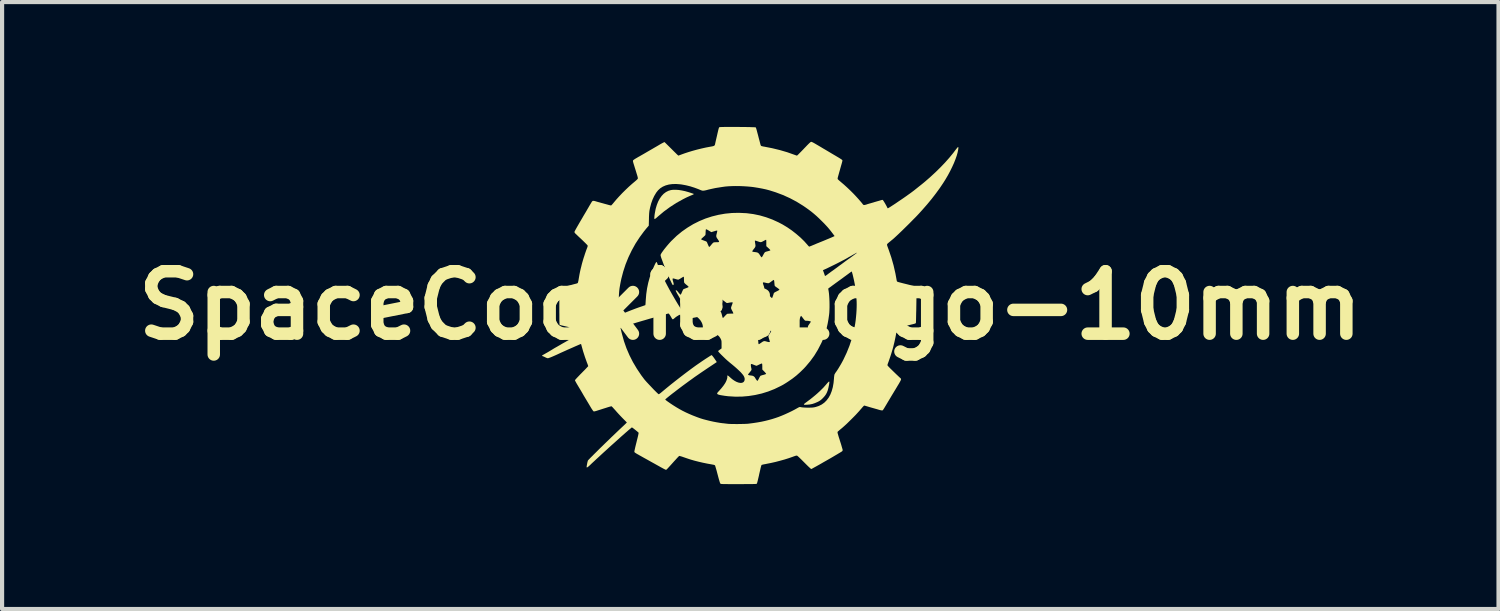
<source format=kicad_pcb>
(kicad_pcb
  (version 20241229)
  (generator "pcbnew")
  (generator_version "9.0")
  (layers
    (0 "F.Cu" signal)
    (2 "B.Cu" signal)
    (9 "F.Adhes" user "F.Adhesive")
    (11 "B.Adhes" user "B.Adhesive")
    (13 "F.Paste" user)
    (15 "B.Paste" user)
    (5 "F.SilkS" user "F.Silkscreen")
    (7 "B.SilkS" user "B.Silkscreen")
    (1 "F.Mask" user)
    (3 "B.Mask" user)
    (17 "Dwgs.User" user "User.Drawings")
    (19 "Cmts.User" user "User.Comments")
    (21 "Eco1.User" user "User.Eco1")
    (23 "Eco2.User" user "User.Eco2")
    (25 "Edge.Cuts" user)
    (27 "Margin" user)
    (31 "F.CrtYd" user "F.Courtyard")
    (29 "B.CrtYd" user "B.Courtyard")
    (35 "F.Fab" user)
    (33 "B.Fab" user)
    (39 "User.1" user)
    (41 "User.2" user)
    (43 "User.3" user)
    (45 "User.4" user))
  (footprint "SpaceCookiesLogo-10mm"
    (layer "F.Cu")
    (at 14.979 4.289)
    (property "Reference" "SpaceCookiesLogo-10mm" (at 0 0 0) (layer "F.SilkS") (effects (font (size 1.5 1.5) (thickness 0.3))))
    (attr board_only exclude_from_pos_files exclude_from_bom)
    (fp_poly (pts (xy -1.719 -2.774) (xy -1.644 -2.762) (xy -1.565 -2.745) (xy -1.484 -2.722) (xy -1.435 -2.706) (xy -1.409 -2.697) (xy -1.387 -2.69) (xy -1.372 -2.685) (xy -1.368 -2.683) (xy -1.359 -2.679) (xy -1.359 -2.674) (xy -1.369 -2.667) (xy -1.389 -2.657) (xy -1.399 -2.653) (xy -1.445 -2.634) (xy -1.483 -2.617) (xy -1.517 -2.602) (xy -1.549 -2.587) (xy -1.584 -2.569) (xy -1.619 -2.551) (xy -1.779 -2.462) (xy -1.932 -2.363) (xy -2.079 -2.255) (xy -2.217 -2.139) (xy -2.218 -2.138) (xy -2.243 -2.116) (xy -2.265 -2.097) (xy -2.283 -2.084) (xy -2.295 -2.076) (xy -2.298 -2.075) (xy -2.304 -2.079) (xy -2.306 -2.091) (xy -2.307 -2.104) (xy -2.305 -2.13) (xy -2.302 -2.165) (xy -2.296 -2.206) (xy -2.288 -2.249) (xy -2.28 -2.292) (xy -2.273 -2.326) (xy -2.246 -2.416) (xy -2.214 -2.497) (xy -2.175 -2.569) (xy -2.131 -2.631) (xy -2.082 -2.683) (xy -2.027 -2.724) (xy -1.968 -2.754) (xy -1.907 -2.772) (xy -1.853 -2.779) (xy -1.79 -2.779)) (stroke (width 0) (type solid)) (fill yes) (layer "F.SilkS"))
    (fp_poly (pts (xy 1.897 1.831) (xy 1.9 1.844) (xy 1.897 1.868) (xy 1.892 1.904) (xy 1.889 1.918) (xy 1.875 1.985) (xy 1.86 2.041) (xy 1.841 2.09) (xy 1.819 2.133) (xy 1.791 2.173) (xy 1.757 2.212) (xy 1.741 2.229) (xy 1.714 2.255) (xy 1.692 2.274) (xy 1.67 2.289) (xy 1.646 2.304) (xy 1.614 2.32) (xy 1.612 2.321) (xy 1.549 2.348) (xy 1.489 2.368) (xy 1.427 2.38) (xy 1.361 2.386) (xy 1.329 2.387) (xy 1.308 2.387) (xy 1.295 2.386) (xy 1.289 2.384) (xy 1.288 2.38) (xy 1.289 2.374) (xy 1.294 2.367) (xy 1.303 2.358) (xy 1.318 2.346) (xy 1.341 2.329) (xy 1.372 2.306) (xy 1.385 2.296) (xy 1.442 2.254) (xy 1.503 2.205) (xy 1.566 2.153) (xy 1.626 2.1) (xy 1.682 2.048) (xy 1.731 1.999) (xy 1.743 1.988) (xy 1.76 1.97) (xy 1.782 1.945) (xy 1.807 1.917) (xy 1.831 1.889) (xy 1.833 1.886) (xy 1.859 1.857) (xy 1.878 1.838) (xy 1.89 1.829)) (stroke (width 0) (type solid)) (fill yes) (layer "F.SilkS"))
    (fp_poly (pts (xy -0.43 -4.289) (xy -0.367 -4.289) (xy -0.303 -4.289) (xy -0.239 -4.288) (xy -0.176 -4.287) (xy -0.116 -4.287) (xy -0.059 -4.286) (xy -0.008 -4.285) (xy 0.038 -4.283) (xy 0.075 -4.282) (xy 0.104 -4.281) (xy 0.123 -4.279) (xy 0.131 -4.278) (xy 0.131 -4.278) (xy 0.135 -4.269) (xy 0.141 -4.252) (xy 0.149 -4.226) (xy 0.157 -4.197) (xy 0.159 -4.19) (xy 0.168 -4.154) (xy 0.18 -4.11) (xy 0.192 -4.064) (xy 0.203 -4.021) (xy 0.206 -4.009) (xy 0.216 -3.973) (xy 0.225 -3.938) (xy 0.233 -3.907) (xy 0.239 -3.884) (xy 0.241 -3.875) (xy 0.247 -3.855) (xy 0.255 -3.839) (xy 0.259 -3.834) (xy 0.27 -3.829) (xy 0.289 -3.824) (xy 0.315 -3.818) (xy 0.33 -3.816) (xy 0.524 -3.778) (xy 0.71 -3.733) (xy 0.89 -3.68) (xy 1.065 -3.618) (xy 1.071 -3.616) (xy 1.093 -3.608) (xy 1.111 -3.602) (xy 1.121 -3.6) (xy 1.121 -3.6) (xy 1.127 -3.604) (xy 1.141 -3.617) (xy 1.161 -3.636) (xy 1.186 -3.662) (xy 1.217 -3.693) (xy 1.25 -3.727) (xy 1.287 -3.765) (xy 1.287 -3.766) (xy 1.329 -3.809) (xy 1.363 -3.845) (xy 1.391 -3.873) (xy 1.412 -3.894) (xy 1.429 -3.909) (xy 1.441 -3.92) (xy 1.451 -3.927) (xy 1.458 -3.93) (xy 1.464 -3.931) (xy 1.464 -3.931) (xy 1.475 -3.929) (xy 1.493 -3.921) (xy 1.519 -3.908) (xy 1.553 -3.889) (xy 1.597 -3.863) (xy 1.65 -3.832) (xy 1.699 -3.803) (xy 1.752 -3.771) (xy 1.807 -3.739) (xy 1.859 -3.708) (xy 1.906 -3.68) (xy 1.941 -3.659) (xy 2.002 -3.623) (xy 2.053 -3.593) (xy 2.095 -3.568) (xy 2.129 -3.548) (xy 2.156 -3.531) (xy 2.176 -3.518) (xy 2.191 -3.508) (xy 2.201 -3.5) (xy 2.208 -3.494) (xy 2.211 -3.489) (xy 2.213 -3.485) (xy 2.213 -3.481) (xy 2.213 -3.48) (xy 2.211 -3.47) (xy 2.207 -3.45) (xy 2.2 -3.424) (xy 2.192 -3.395) (xy 2.181 -3.358) (xy 2.17 -3.318) (xy 2.159 -3.28) (xy 2.154 -3.259) (xy 2.144 -3.226) (xy 2.133 -3.187) (xy 2.122 -3.147) (xy 2.115 -3.122) (xy 2.106 -3.089) (xy 2.1 -3.066) (xy 2.098 -3.051) (xy 2.099 -3.04) (xy 2.101 -3.035) (xy 2.108 -3.026) (xy 2.123 -3.012) (xy 2.144 -2.993) (xy 2.169 -2.972) (xy 2.178 -2.964) (xy 2.251 -2.902) (xy 2.328 -2.832) (xy 2.407 -2.757) (xy 2.484 -2.68) (xy 2.556 -2.603) (xy 2.604 -2.55) (xy 2.635 -2.514) (xy 2.662 -2.483) (xy 2.684 -2.456) (xy 2.699 -2.437) (xy 2.703 -2.43) (xy 2.715 -2.418) (xy 2.731 -2.413) (xy 2.754 -2.415) (xy 2.784 -2.423) (xy 2.788 -2.424) (xy 2.81 -2.432) (xy 2.839 -2.441) (xy 2.87 -2.45) (xy 2.882 -2.453) (xy 2.912 -2.462) (xy 2.941 -2.47) (xy 2.965 -2.477) (xy 2.973 -2.48) (xy 2.997 -2.487) (xy 3.025 -2.495) (xy 3.041 -2.5) (xy 3.067 -2.507) (xy 3.098 -2.516) (xy 3.127 -2.525) (xy 3.128 -2.525) (xy 3.152 -2.532) (xy 3.167 -2.536) (xy 3.176 -2.536) (xy 3.183 -2.533) (xy 3.188 -2.528) (xy 3.196 -2.517) (xy 3.209 -2.498) (xy 3.224 -2.473) (xy 3.241 -2.445) (xy 3.257 -2.416) (xy 3.272 -2.389) (xy 3.283 -2.367) (xy 3.29 -2.352) (xy 3.298 -2.337) (xy 3.306 -2.334) (xy 3.319 -2.341) (xy 3.341 -2.354) (xy 3.371 -2.373) (xy 3.408 -2.397) (xy 3.45 -2.424) (xy 3.497 -2.455) (xy 3.546 -2.489) (xy 3.598 -2.524) (xy 3.65 -2.559) (xy 3.702 -2.595) (xy 3.752 -2.63) (xy 3.799 -2.664) (xy 3.843 -2.695) (xy 3.881 -2.723) (xy 3.913 -2.747) (xy 3.929 -2.759) (xy 3.998 -2.814) (xy 4.058 -2.862) (xy 4.111 -2.904) (xy 4.158 -2.942) (xy 4.2 -2.977) (xy 4.239 -3.011) (xy 4.276 -3.043) (xy 4.313 -3.075) (xy 4.323 -3.084) (xy 4.453 -3.204) (xy 4.572 -3.321) (xy 4.681 -3.435) (xy 4.781 -3.548) (xy 4.874 -3.661) (xy 4.928 -3.733) (xy 4.954 -3.766) (xy 4.973 -3.79) (xy 4.986 -3.803) (xy 4.995 -3.806) (xy 4.999 -3.798) (xy 4.999 -3.782) (xy 4.996 -3.755) (xy 4.995 -3.746) (xy 4.981 -3.676) (xy 4.959 -3.597) (xy 4.929 -3.512) (xy 4.893 -3.421) (xy 4.85 -3.327) (xy 4.802 -3.229) (xy 4.749 -3.13) (xy 4.691 -3.031) (xy 4.637 -2.945) (xy 4.553 -2.82) (xy 4.459 -2.691) (xy 4.357 -2.559) (xy 4.248 -2.427) (xy 4.134 -2.297) (xy 4.058 -2.213) (xy 4.018 -2.17) (xy 3.973 -2.123) (xy 3.923 -2.073) (xy 3.871 -2.02) (xy 3.817 -1.965) (xy 3.761 -1.91) (xy 3.706 -1.856) (xy 3.652 -1.803) (xy 3.6 -1.753) (xy 3.552 -1.707) (xy 3.508 -1.666) (xy 3.469 -1.63) (xy 3.437 -1.601) (xy 3.412 -1.58) (xy 3.41 -1.579) (xy 3.382 -1.556) (xy 3.355 -1.533) (xy 3.33 -1.513) (xy 3.312 -1.497) (xy 3.312 -1.497) (xy 3.3 -1.487) (xy 3.292 -1.479) (xy 3.287 -1.471) (xy 3.285 -1.461) (xy 3.286 -1.448) (xy 3.291 -1.43) (xy 3.3 -1.405) (xy 3.312 -1.372) (xy 3.326 -1.334) (xy 3.388 -1.152) (xy 3.442 -0.963) (xy 3.487 -0.765) (xy 3.516 -0.606) (xy 3.52 -0.587) (xy 3.527 -0.575) (xy 3.54 -0.567) (xy 3.562 -0.56) (xy 3.567 -0.559) (xy 3.616 -0.546) (xy 3.666 -0.533) (xy 3.718 -0.52) (xy 3.767 -0.508) (xy 3.814 -0.496) (xy 3.857 -0.485) (xy 3.894 -0.476) (xy 3.924 -0.469) (xy 3.945 -0.465) (xy 3.956 -0.463) (xy 3.957 -0.463) (xy 3.975 -0.457) (xy 3.989 -0.442) (xy 3.995 -0.419) (xy 3.995 -0.416) (xy 3.995 -0.399) (xy 3.995 -0.372) (xy 3.994 -0.336) (xy 3.994 -0.293) (xy 3.993 -0.243) (xy 3.992 -0.188) (xy 3.991 -0.129) (xy 3.99 -0.067) (xy 3.989 -0.004) (xy 3.988 0.059) (xy 3.987 0.121) (xy 3.985 0.18) (xy 3.984 0.235) (xy 3.983 0.286) (xy 3.982 0.33) (xy 3.981 0.367) (xy 3.98 0.395) (xy 3.979 0.413) (xy 3.979 0.42) (xy 3.975 0.426) (xy 3.968 0.431) (xy 3.955 0.437) (xy 3.934 0.443) (xy 3.904 0.451) (xy 3.882 0.456) (xy 3.853 0.463) (xy 3.823 0.471) (xy 3.798 0.477) (xy 3.795 0.478) (xy 3.777 0.483) (xy 3.75 0.489) (xy 3.717 0.498) (xy 3.68 0.507) (xy 3.651 0.514) (xy 3.613 0.523) (xy 3.58 0.533) (xy 3.554 0.541) (xy 3.537 0.547) (xy 3.531 0.551) (xy 3.525 0.563) (xy 3.519 0.585) (xy 3.517 0.601) (xy 3.512 0.632) (xy 3.505 0.672) (xy 3.496 0.72) (xy 3.486 0.772) (xy 3.474 0.827) (xy 3.462 0.883) (xy 3.449 0.935) (xy 3.437 0.984) (xy 3.433 1.002) (xy 3.414 1.067) (xy 3.393 1.138) (xy 3.37 1.211) (xy 3.346 1.281) (xy 3.324 1.345) (xy 3.314 1.372) (xy 3.305 1.396) (xy 3.298 1.418) (xy 3.295 1.433) (xy 3.295 1.435) (xy 3.298 1.443) (xy 3.31 1.458) (xy 3.329 1.479) (xy 3.357 1.508) (xy 3.394 1.544) (xy 3.434 1.583) (xy 3.469 1.617) (xy 3.503 1.65) (xy 3.534 1.679) (xy 3.56 1.704) (xy 3.58 1.723) (xy 3.593 1.735) (xy 3.596 1.737) (xy 3.606 1.746) (xy 3.614 1.754) (xy 3.619 1.762) (xy 3.622 1.771) (xy 3.62 1.782) (xy 3.615 1.798) (xy 3.605 1.818) (xy 3.59 1.845) (xy 3.571 1.879) (xy 3.545 1.921) (xy 3.521 1.962) (xy 3.505 1.988) (xy 3.491 2.012) (xy 3.48 2.03) (xy 3.475 2.038) (xy 3.47 2.046) (xy 3.459 2.064) (xy 3.443 2.091) (xy 3.423 2.124) (xy 3.399 2.163) (xy 3.373 2.207) (xy 3.345 2.254) (xy 3.338 2.266) (xy 3.303 2.324) (xy 3.274 2.373) (xy 3.25 2.413) (xy 3.231 2.445) (xy 3.216 2.47) (xy 3.204 2.488) (xy 3.195 2.502) (xy 3.189 2.511) (xy 3.184 2.516) (xy 3.18 2.52) (xy 3.177 2.521) (xy 3.174 2.522) (xy 3.173 2.522) (xy 3.162 2.523) (xy 3.144 2.52) (xy 3.118 2.515) (xy 3.082 2.505) (xy 3.053 2.496) (xy 2.975 2.474) (xy 2.901 2.453) (xy 2.891 2.45) (xy 2.859 2.441) (xy 2.823 2.43) (xy 2.793 2.421) (xy 2.769 2.414) (xy 2.749 2.409) (xy 2.737 2.406) (xy 2.735 2.406) (xy 2.729 2.411) (xy 2.716 2.424) (xy 2.698 2.443) (xy 2.677 2.468) (xy 2.653 2.495) (xy 2.619 2.535) (xy 2.577 2.581) (xy 2.53 2.632) (xy 2.478 2.685) (xy 2.424 2.739) (xy 2.37 2.792) (xy 2.318 2.843) (xy 2.269 2.888) (xy 2.225 2.927) (xy 2.201 2.948) (xy 2.171 2.972) (xy 2.145 2.994) (xy 2.124 3.013) (xy 2.108 3.026) (xy 2.101 3.033) (xy 2.098 3.037) (xy 2.096 3.041) (xy 2.095 3.046) (xy 2.096 3.054) (xy 2.098 3.065) (xy 2.101 3.082) (xy 2.108 3.103) (xy 2.116 3.132) (xy 2.127 3.169) (xy 2.142 3.215) (xy 2.159 3.27) (xy 2.172 3.31) (xy 2.185 3.352) (xy 2.196 3.391) (xy 2.206 3.425) (xy 2.214 3.451) (xy 2.218 3.469) (xy 2.219 3.476) (xy 2.215 3.492) (xy 2.205 3.505) (xy 2.196 3.511) (xy 2.178 3.522) (xy 2.151 3.539) (xy 2.117 3.559) (xy 2.077 3.583) (xy 2.031 3.61) (xy 1.982 3.639) (xy 1.929 3.67) (xy 1.875 3.701) (xy 1.819 3.733) (xy 1.764 3.764) (xy 1.711 3.795) (xy 1.66 3.824) (xy 1.612 3.851) (xy 1.569 3.875) (xy 1.532 3.895) (xy 1.502 3.912) (xy 1.48 3.924) (xy 1.466 3.93) (xy 1.463 3.931) (xy 1.457 3.927) (xy 1.443 3.915) (xy 1.422 3.896) (xy 1.395 3.871) (xy 1.364 3.841) (xy 1.33 3.807) (xy 1.298 3.775) (xy 1.261 3.738) (xy 1.227 3.704) (xy 1.196 3.674) (xy 1.169 3.648) (xy 1.148 3.629) (xy 1.133 3.616) (xy 1.127 3.612) (xy 1.118 3.609) (xy 1.108 3.609) (xy 1.094 3.611) (xy 1.075 3.617) (xy 1.048 3.626) (xy 1.016 3.638) (xy 0.924 3.67) (xy 0.823 3.702) (xy 0.715 3.732) (xy 0.604 3.761) (xy 0.493 3.786) (xy 0.406 3.803) (xy 0.368 3.811) (xy 0.334 3.817) (xy 0.306 3.823) (xy 0.286 3.828) (xy 0.276 3.831) (xy 0.275 3.831) (xy 0.272 3.833) (xy 0.269 3.837) (xy 0.266 3.843) (xy 0.262 3.853) (xy 0.258 3.868) (xy 0.252 3.889) (xy 0.245 3.918) (xy 0.237 3.954) (xy 0.226 4.001) (xy 0.213 4.057) (xy 0.207 4.088) (xy 0.194 4.142) (xy 0.184 4.185) (xy 0.176 4.219) (xy 0.169 4.244) (xy 0.164 4.263) (xy 0.159 4.275) (xy 0.155 4.282) (xy 0.151 4.287) (xy 0.15 4.288) (xy 0.141 4.289) (xy 0.121 4.29) (xy 0.089 4.291) (xy 0.046 4.292) (xy -0.007 4.293) (xy -0.07 4.293) (xy -0.141 4.293) (xy -0.222 4.294) (xy -0.283 4.294) (xy -0.367 4.294) (xy -0.438 4.294) (xy -0.499 4.294) (xy -0.55 4.293) (xy -0.592 4.293) (xy -0.626 4.292) (xy -0.654 4.292) (xy -0.674 4.291) (xy -0.69 4.29) (xy -0.701 4.289) (xy -0.709 4.287) (xy -0.714 4.285) (xy -0.717 4.283) (xy -0.718 4.283) (xy -0.722 4.277) (xy -0.728 4.264) (xy -0.735 4.245) (xy -0.743 4.217) (xy -0.754 4.181) (xy -0.767 4.134) (xy -0.782 4.077) (xy -0.785 4.066) (xy -0.798 4.016) (xy -0.81 3.97) (xy -0.822 3.93) (xy -0.832 3.895) (xy -0.84 3.869) (xy -0.845 3.852) (xy -0.847 3.846) (xy -0.854 3.839) (xy -0.866 3.834) (xy -0.885 3.828) (xy -0.914 3.823) (xy -0.917 3.822) (xy -1.034 3.801) (xy -1.141 3.779) (xy -1.24 3.756) (xy -1.335 3.732) (xy -1.426 3.706) (xy -1.518 3.676) (xy -1.611 3.644) (xy -1.642 3.633) (xy -1.67 3.625) (xy -1.692 3.619) (xy -1.706 3.616) (xy -1.709 3.616) (xy -1.715 3.622) (xy -1.729 3.635) (xy -1.749 3.656) (xy -1.773 3.682) (xy -1.801 3.713) (xy -1.832 3.746) (xy -1.837 3.752) (xy -1.881 3.801) (xy -1.917 3.841) (xy -1.946 3.873) (xy -1.97 3.899) (xy -1.988 3.918) (xy -2.001 3.932) (xy -2.011 3.941) (xy -2.018 3.947) (xy -2.022 3.949) (xy -2.025 3.95) (xy -2.029 3.949) (xy -2.034 3.948) (xy -2.043 3.944) (xy -2.055 3.938) (xy -2.072 3.93) (xy -2.093 3.919) (xy -2.12 3.904) (xy -2.154 3.886) (xy -2.194 3.863) (xy -2.243 3.836) (xy -2.3 3.804) (xy -2.367 3.767) (xy -2.444 3.724) (xy -2.447 3.722) (xy -2.492 3.697) (xy -2.541 3.67) (xy -2.591 3.642) (xy -2.637 3.616) (xy -2.677 3.594) (xy -2.677 3.593) (xy -2.716 3.572) (xy -2.744 3.555) (xy -2.764 3.542) (xy -2.777 3.532) (xy -2.784 3.524) (xy -2.786 3.519) (xy -2.786 3.508) (xy -2.782 3.486) (xy -2.775 3.453) (xy -2.765 3.408) (xy -2.752 3.354) (xy -2.736 3.29) (xy -2.735 3.287) (xy -2.723 3.236) (xy -2.711 3.189) (xy -2.701 3.148) (xy -2.693 3.113) (xy -2.688 3.085) (xy -2.684 3.067) (xy -2.684 3.06) (xy -2.69 3.053) (xy -2.703 3.041) (xy -2.723 3.024) (xy -2.746 3.005) (xy -2.771 2.985) (xy -2.795 2.966) (xy -2.816 2.95) (xy -2.833 2.938) (xy -2.843 2.932) (xy -2.845 2.931) (xy -2.852 2.935) (xy -2.867 2.947) (xy -2.89 2.967) (xy -2.921 2.992) (xy -2.957 3.024) (xy -3 3.061) (xy -3.047 3.103) (xy -3.099 3.148) (xy -3.154 3.198) (xy -3.212 3.25) (xy -3.272 3.304) (xy -3.334 3.359) (xy -3.397 3.416) (xy -3.459 3.473) (xy -3.521 3.529) (xy -3.582 3.585) (xy -3.64 3.639) (xy -3.696 3.69) (xy -3.748 3.739) (xy -3.797 3.784) (xy -3.813 3.799) (xy -3.847 3.832) (xy -3.874 3.857) (xy -3.894 3.874) (xy -3.909 3.885) (xy -3.919 3.891) (xy -3.926 3.893) (xy -3.932 3.891) (xy -3.932 3.89) (xy -3.933 3.882) (xy -3.932 3.865) (xy -3.928 3.841) (xy -3.923 3.814) (xy -3.918 3.786) (xy -3.912 3.76) (xy -3.906 3.739) (xy -3.902 3.726) (xy -3.901 3.726) (xy -3.895 3.718) (xy -3.88 3.702) (xy -3.858 3.679) (xy -3.829 3.649) (xy -3.793 3.614) (xy -3.753 3.573) (xy -3.708 3.529) (xy -3.66 3.481) (xy -3.609 3.43) (xy -3.555 3.378) (xy -3.5 3.324) (xy -3.444 3.27) (xy -3.388 3.216) (xy -3.334 3.163) (xy -3.28 3.112) (xy -3.229 3.063) (xy -3.182 3.018) (xy -3.138 2.976) (xy -3.129 2.968) (xy -3.094 2.935) (xy -3.061 2.904) (xy -3.032 2.877) (xy -3.008 2.854) (xy -2.991 2.837) (xy -2.981 2.827) (xy -2.979 2.826) (xy -2.967 2.812) (xy -3.058 2.72) (xy -3.093 2.684) (xy -3.132 2.643) (xy -3.173 2.599) (xy -3.211 2.557) (xy -3.237 2.527) (xy -3.264 2.497) (xy -3.288 2.471) (xy -3.308 2.448) (xy -3.324 2.433) (xy -3.333 2.424) (xy -3.334 2.423) (xy -3.342 2.424) (xy -3.36 2.428) (xy -3.386 2.435) (xy -3.416 2.444) (xy -3.429 2.448) (xy -3.469 2.461) (xy -3.514 2.475) (xy -3.558 2.489) (xy -3.595 2.501) (xy -3.643 2.516) (xy -3.68 2.528) (xy -3.708 2.537) (xy -3.729 2.542) (xy -3.744 2.546) (xy -3.755 2.547) (xy -3.762 2.546) (xy -3.767 2.545) (xy -3.774 2.537) (xy -3.787 2.521) (xy -3.802 2.498) (xy -3.821 2.47) (xy -3.835 2.446) (xy -3.856 2.411) (xy -3.876 2.377) (xy -3.895 2.345) (xy -3.91 2.32) (xy -3.917 2.309) (xy -3.927 2.292) (xy -3.943 2.265) (xy -3.963 2.232) (xy -3.985 2.195) (xy -4.009 2.155) (xy -4.026 2.125) (xy -4.049 2.085) (xy -4.071 2.048) (xy -4.091 2.014) (xy -4.108 1.986) (xy -4.12 1.966) (xy -4.126 1.956) (xy -4.151 1.914) (xy -4.173 1.877) (xy -4.191 1.845) (xy -4.204 1.82) (xy -4.212 1.803) (xy -4.214 1.796) (xy -4.209 1.79) (xy -4.197 1.775) (xy -4.178 1.754) (xy -4.153 1.727) (xy -4.123 1.696) (xy -4.09 1.661) (xy -4.054 1.625) (xy -4.018 1.588) (xy -3.984 1.554) (xy -3.954 1.523) (xy -3.93 1.497) (xy -3.911 1.477) (xy -3.899 1.464) (xy -3.895 1.459) (xy -3.897 1.451) (xy -3.903 1.434) (xy -3.911 1.41) (xy -3.922 1.382) (xy -3.924 1.378) (xy -3.973 1.241) (xy -4.018 1.102) (xy -4.056 0.966) (xy -4.058 0.958) (xy -4.063 0.939) (xy -4.068 0.93) (xy -4.074 0.928) (xy -4.079 0.929) (xy -4.088 0.932) (xy -4.106 0.94) (xy -4.134 0.952) (xy -4.168 0.967) (xy -4.208 0.984) (xy -4.252 1.004) (xy -4.298 1.024) (xy -4.346 1.045) (xy -4.394 1.066) (xy -4.439 1.087) (xy -4.482 1.106) (xy -4.52 1.123) (xy -4.551 1.137) (xy -4.575 1.148) (xy -4.579 1.15) (xy -4.641 1.179) (xy -4.697 1.204) (xy -4.747 1.226) (xy -4.79 1.244) (xy -4.824 1.257) (xy -4.848 1.265) (xy -4.863 1.269) (xy -4.864 1.269) (xy -4.88 1.266) (xy -4.903 1.258) (xy -4.929 1.246) (xy -4.933 1.244) (xy -4.956 1.232) (xy -4.976 1.224) (xy -4.989 1.219) (xy -4.992 1.219) (xy -5 1.214) (xy -5.001 1.206) (xy -4.998 1.196) (xy -4.993 1.194) (xy -4.986 1.191) (xy -4.969 1.182) (xy -4.946 1.169) (xy -4.918 1.153) (xy -4.886 1.135) (xy -4.853 1.116) (xy -4.82 1.096) (xy -4.789 1.078) (xy -4.762 1.061) (xy -4.74 1.048) (xy -4.739 1.047) (xy -4.728 1.04) (xy -4.708 1.028) (xy -4.68 1.012) (xy -4.646 0.993) (xy -4.608 0.971) (xy -4.566 0.947) (xy -4.524 0.922) (xy -4.481 0.898) (xy -4.44 0.875) (xy -4.402 0.853) (xy -4.369 0.835) (xy -4.342 0.82) (xy -4.326 0.811) (xy -4.306 0.8) (xy -4.277 0.785) (xy -4.245 0.767) (xy -4.211 0.749) (xy -4.201 0.744) (xy -4.172 0.728) (xy -4.147 0.714) (xy -4.128 0.704) (xy -4.117 0.698) (xy -4.115 0.697) (xy -4.115 0.69) (xy -4.117 0.674) (xy -4.121 0.653) (xy -4.126 0.63) (xy -4.131 0.607) (xy -4.135 0.589) (xy -4.139 0.578) (xy -4.14 0.577) (xy -4.149 0.571) (xy -4.165 0.566) (xy -4.168 0.566) (xy -4.182 0.563) (xy -4.206 0.558) (xy -4.236 0.551) (xy -4.27 0.543) (xy -4.292 0.538) (xy -4.335 0.527) (xy -4.382 0.516) (xy -4.43 0.505) (xy -4.471 0.495) (xy -4.479 0.493) (xy -4.511 0.486) (xy -4.54 0.479) (xy -4.562 0.473) (xy -4.576 0.469) (xy -4.578 0.468) (xy -4.58 0.466) (xy -4.582 0.463) (xy -4.583 0.457) (xy -4.585 0.448) (xy -4.586 0.435) (xy -4.586 0.416) (xy -4.587 0.392) (xy -4.588 0.361) (xy -4.588 0.322) (xy -4.588 0.275) (xy -4.588 0.218) (xy -4.589 0.151) (xy -4.589 0.097) (xy -3.162 0.097) (xy -3.162 0.147) (xy -3.161 0.185) (xy -3.16 0.211) (xy -3.159 0.224) (xy -3.158 0.227) (xy -3.15 0.227) (xy -3.131 0.222) (xy -3.102 0.211) (xy -3.062 0.196) (xy -3.037 0.186) (xy -2.955 0.152) (xy -2.882 0.123) (xy -2.814 0.097) (xy -2.751 0.073) (xy -2.687 0.05) (xy -2.623 0.028) (xy -2.596 0.019) (xy -2.568 0.009) (xy -2.545 0.001) (xy -2.529 -0.005) (xy -2.522 -0.008) (xy -2.521 -0.015) (xy -2.519 -0.032) (xy -2.517 -0.057) (xy -2.515 -0.09) (xy -2.513 -0.122) (xy -2.501 -0.27) (xy -2.481 -0.41) (xy -2.453 -0.544) (xy -2.417 -0.675) (xy -2.371 -0.805) (xy -2.322 -0.922) (xy -2.303 -0.964) (xy -2.288 -0.996) (xy -2.276 -1.018) (xy -2.267 -1.033) (xy -2.26 -1.041) (xy -2.254 -1.044) (xy -2.254 -1.044) (xy -2.248 -1.038) (xy -2.241 -1.024) (xy -2.233 -1.004) (xy -2.233 -1.003) (xy -2.202 -0.918) (xy -2.164 -0.824) (xy -2.118 -0.722) (xy -2.065 -0.612) (xy -2.005 -0.496) (xy -1.939 -0.373) (xy -1.866 -0.244) (xy -1.788 -0.11) (xy -1.735 -0.022) (xy -1.711 0.016) (xy -1.689 0.052) (xy -1.669 0.085) (xy -1.652 0.112) (xy -1.639 0.132) (xy -1.636 0.137) (xy -1.624 0.157) (xy -1.616 0.173) (xy -1.613 0.182) (xy -1.619 0.19) (xy -1.636 0.2) (xy -1.652 0.206) (xy -1.723 0.237) (xy -1.784 0.275) (xy -1.817 0.302) (xy -1.839 0.321) (xy -1.855 0.332) (xy -1.867 0.333) (xy -1.877 0.324) (xy -1.889 0.306) (xy -1.896 0.293) (xy -1.914 0.262) (xy -1.931 0.234) (xy -1.946 0.212) (xy -1.958 0.198) (xy -1.965 0.194) (xy -1.976 0.196) (xy -1.993 0.2) (xy -2.001 0.202) (xy -2.021 0.209) (xy -2.048 0.216) (xy -2.075 0.224) (xy -2.076 0.224) (xy -2.189 0.255) (xy -2.302 0.287) (xy -2.414 0.318) (xy -2.522 0.35) (xy -2.626 0.38) (xy -2.724 0.409) (xy -2.815 0.437) (xy -2.897 0.462) (xy -2.969 0.485) (xy -2.994 0.494) (xy -3.036 0.508) (xy -3.067 0.518) (xy -3.09 0.527) (xy -3.104 0.533) (xy -3.113 0.539) (xy -3.117 0.544) (xy -3.117 0.549) (xy -3.117 0.553) (xy -3.114 0.563) (xy -3.109 0.583) (xy -3.103 0.61) (xy -3.095 0.644) (xy -3.085 0.681) (xy -3.085 0.683) (xy -3.036 0.859) (xy -2.976 1.03) (xy -2.904 1.197) (xy -2.821 1.361) (xy -2.726 1.521) (xy -2.62 1.679) (xy -2.548 1.775) (xy -2.534 1.792) (xy -2.513 1.816) (xy -2.487 1.845) (xy -2.457 1.877) (xy -2.424 1.912) (xy -2.39 1.948) (xy -2.355 1.985) (xy -2.322 2.02) (xy -2.29 2.052) (xy -2.261 2.081) (xy -2.237 2.104) (xy -2.219 2.121) (xy -2.207 2.131) (xy -2.206 2.132) (xy -2.199 2.133) (xy -2.189 2.128) (xy -2.174 2.118) (xy -2.152 2.101) (xy -2.134 2.086) (xy -2.027 1.997) (xy -1.912 1.903) (xy -1.792 1.808) (xy -1.67 1.713) (xy -1.547 1.619) (xy -1.428 1.53) (xy -1.314 1.447) (xy -1.294 1.433) (xy -1.255 1.406) (xy -1.214 1.378) (xy -1.171 1.348) (xy -1.128 1.319) (xy -1.086 1.291) (xy -1.046 1.265) (xy -1.01 1.242) (xy -0.979 1.222) (xy -0.955 1.207) (xy -0.938 1.197) (xy -0.93 1.194) (xy -0.93 1.194) (xy -0.923 1.199) (xy -0.911 1.212) (xy -0.895 1.232) (xy -0.876 1.257) (xy -0.856 1.286) (xy -0.836 1.315) (xy -0.817 1.344) (xy -0.816 1.345) (xy -0.806 1.361) (xy -0.945 1.454) (xy -1.019 1.503) (xy -1.084 1.547) (xy -1.142 1.586) (xy -1.195 1.622) (xy -1.244 1.656) (xy -1.292 1.689) (xy -1.34 1.722) (xy -1.389 1.758) (xy -1.442 1.796) (xy -1.469 1.815) (xy -1.515 1.849) (xy -1.564 1.885) (xy -1.616 1.923) (xy -1.668 1.962) (xy -1.721 2.002) (xy -1.772 2.041) (xy -1.822 2.08) (xy -1.87 2.116) (xy -1.913 2.15) (xy -1.952 2.181) (xy -1.985 2.208) (xy -2.012 2.23) (xy -2.031 2.247) (xy -2.042 2.257) (xy -2.044 2.26) (xy -2.039 2.268) (xy -2.024 2.281) (xy -1.999 2.3) (xy -1.966 2.323) (xy -1.926 2.351) (xy -1.878 2.383) (xy -1.86 2.395) (xy -1.782 2.444) (xy -1.706 2.489) (xy -1.631 2.53) (xy -1.553 2.569) (xy -1.472 2.606) (xy -1.383 2.644) (xy -1.285 2.682) (xy -1.253 2.694) (xy -1.193 2.715) (xy -1.124 2.736) (xy -1.047 2.756) (xy -0.966 2.776) (xy -0.884 2.794) (xy -0.804 2.809) (xy -0.728 2.822) (xy -0.659 2.831) (xy -0.651 2.831) (xy -0.62 2.835) (xy -0.588 2.839) (xy -0.561 2.842) (xy -0.551 2.843) (xy -0.528 2.846) (xy -0.495 2.847) (xy -0.453 2.849) (xy -0.405 2.849) (xy -0.352 2.85) (xy -0.297 2.85) (xy -0.242 2.849) (xy -0.188 2.848) (xy -0.138 2.847) (xy -0.094 2.845) (xy -0.058 2.843) (xy -0.034 2.84) (xy 0.074 2.826) (xy 0.172 2.811) (xy 0.263 2.795) (xy 0.35 2.776) (xy 0.435 2.755) (xy 0.522 2.731) (xy 0.61 2.703) (xy 0.679 2.679) (xy 0.755 2.649) (xy 0.835 2.615) (xy 0.916 2.578) (xy 0.995 2.54) (xy 1.068 2.502) (xy 1.113 2.477) (xy 1.141 2.461) (xy 1.162 2.45) (xy 1.177 2.443) (xy 1.191 2.441) (xy 1.205 2.442) (xy 1.223 2.446) (xy 1.23 2.447) (xy 1.26 2.451) (xy 1.302 2.454) (xy 1.355 2.456) (xy 1.388 2.456) (xy 1.431 2.456) (xy 1.465 2.455) (xy 1.492 2.454) (xy 1.515 2.451) (xy 1.537 2.448) (xy 1.561 2.442) (xy 1.568 2.441) (xy 1.645 2.416) (xy 1.715 2.381) (xy 1.778 2.336) (xy 1.833 2.281) (xy 1.882 2.216) (xy 1.923 2.142) (xy 1.956 2.058) (xy 1.982 1.965) (xy 2 1.862) (xy 2.01 1.756) (xy 2.012 1.724) (xy 2.016 1.695) (xy 2.019 1.672) (xy 2.022 1.659) (xy 2.03 1.645) (xy 2.042 1.624) (xy 2.058 1.601) (xy 2.063 1.595) (xy 2.088 1.558) (xy 2.117 1.513) (xy 2.147 1.463) (xy 2.179 1.409) (xy 2.209 1.355) (xy 2.236 1.304) (xy 2.238 1.3) (xy 2.315 1.137) (xy 2.382 0.97) (xy 2.438 0.801) (xy 2.483 0.631) (xy 2.516 0.462) (xy 2.522 0.425) (xy 2.532 0.352) (xy 2.54 0.275) (xy 2.547 0.196) (xy 2.552 0.119) (xy 2.555 0.045) (xy 2.556 -0.024) (xy 2.555 -0.086) (xy 2.552 -0.137) (xy 2.552 -0.142) (xy 2.548 -0.18) (xy 2.544 -0.223) (xy 2.54 -0.268) (xy 2.538 -0.297) (xy 2.527 -0.395) (xy 2.512 -0.499) (xy 2.491 -0.605) (xy 2.467 -0.708) (xy 2.458 -0.746) (xy 2.45 -0.773) (xy 2.444 -0.795) (xy 2.439 -0.811) (xy 2.437 -0.816) (xy 2.431 -0.813) (xy 2.418 -0.804) (xy 2.399 -0.791) (xy 2.375 -0.774) (xy 2.357 -0.76) (xy 2.331 -0.741) (xy 2.297 -0.716) (xy 2.257 -0.687) (xy 2.213 -0.654) (xy 2.166 -0.62) (xy 2.117 -0.585) (xy 2.097 -0.57) (xy 2.051 -0.537) (xy 2.008 -0.505) (xy 1.969 -0.477) (xy 1.936 -0.452) (xy 1.908 -0.432) (xy 1.888 -0.418) (xy 1.877 -0.409) (xy 1.874 -0.407) (xy 1.873 -0.399) (xy 1.875 -0.384) (xy 1.876 -0.378) (xy 1.883 -0.337) (xy 1.89 -0.286) (xy 1.895 -0.227) (xy 1.899 -0.162) (xy 1.902 -0.093) (xy 1.903 -0.023) (xy 1.903 0.047) (xy 1.901 0.113) (xy 1.898 0.174) (xy 1.892 0.228) (xy 1.877 0.334) (xy 1.858 0.439) (xy 1.835 0.541) (xy 1.808 0.637) (xy 1.78 0.724) (xy 1.773 0.741) (xy 1.756 0.785) (xy 1.742 0.821) (xy 1.73 0.852) (xy 1.717 0.88) (xy 1.703 0.911) (xy 1.699 0.918) (xy 1.623 1.065) (xy 1.537 1.206) (xy 1.44 1.339) (xy 1.334 1.465) (xy 1.285 1.518) (xy 1.195 1.606) (xy 1.105 1.686) (xy 1.01 1.76) (xy 0.908 1.83) (xy 0.856 1.864) (xy 0.831 1.879) (xy 0.812 1.891) (xy 0.794 1.902) (xy 0.774 1.913) (xy 0.75 1.926) (xy 0.725 1.939) (xy 0.58 2.009) (xy 0.43 2.068) (xy 0.275 2.116) (xy 0.117 2.152) (xy -0.043 2.177) (xy -0.205 2.191) (xy -0.368 2.192) (xy -0.531 2.182) (xy -0.613 2.172) (xy -0.669 2.163) (xy -0.713 2.156) (xy -0.747 2.148) (xy -0.771 2.141) (xy -0.787 2.133) (xy -0.795 2.124) (xy -0.797 2.114) (xy -0.795 2.106) (xy -0.79 2.098) (xy -0.778 2.083) (xy -0.761 2.064) (xy -0.746 2.048) (xy -0.693 1.988) (xy -0.647 1.93) (xy -0.61 1.876) (xy -0.591 1.843) (xy -0.574 1.806) (xy -0.561 1.769) (xy -0.553 1.737) (xy -0.552 1.711) (xy -0.553 1.702) (xy -0.554 1.688) (xy -0.548 1.683) (xy -0.534 1.688) (xy -0.514 1.703) (xy -0.49 1.725) (xy -0.437 1.771) (xy -0.384 1.808) (xy -0.333 1.836) (xy -0.284 1.854) (xy -0.239 1.862) (xy -0.204 1.86) (xy -0.174 1.849) (xy -0.152 1.829) (xy -0.139 1.801) (xy -0.135 1.769) (xy -0.138 1.747) (xy -0.145 1.723) (xy -0.157 1.698) (xy -0.175 1.67) (xy -0.18 1.664) (xy -0.055 1.664) (xy -0.048 1.671) (xy -0.031 1.677) (xy -0.004 1.682) (xy 0.02 1.684) (xy 0.057 1.691) (xy 0.084 1.704) (xy 0.106 1.725) (xy 0.117 1.743) (xy 0.132 1.769) (xy 0.147 1.79) (xy 0.16 1.806) (xy 0.17 1.812) (xy 0.171 1.812) (xy 0.177 1.807) (xy 0.186 1.793) (xy 0.198 1.772) (xy 0.207 1.756) (xy 0.219 1.731) (xy 0.231 1.71) (xy 0.24 1.696) (xy 0.243 1.692) (xy 0.253 1.687) (xy 0.271 1.681) (xy 0.296 1.673) (xy 0.315 1.669) (xy 0.341 1.661) (xy 0.362 1.654) (xy 0.376 1.648) (xy 0.38 1.645) (xy 0.377 1.638) (xy 0.367 1.624) (xy 0.351 1.605) (xy 0.335 1.588) (xy 0.288 1.54) (xy 0.288 1.47) (xy 0.287 1.438) (xy 0.286 1.416) (xy 0.284 1.404) (xy 0.28 1.397) (xy 0.278 1.396) (xy 0.269 1.397) (xy 0.252 1.403) (xy 0.229 1.413) (xy 0.212 1.421) (xy 0.188 1.433) (xy 0.167 1.443) (xy 0.152 1.449) (xy 0.148 1.45) (xy 0.139 1.448) (xy 0.122 1.442) (xy 0.099 1.433) (xy 0.087 1.428) (xy 0.057 1.416) (xy 0.036 1.409) (xy 0.023 1.407) (xy 0.016 1.411) (xy 0.013 1.42) (xy 0.013 1.435) (xy 0.014 1.456) (xy 0.018 1.483) (xy 0.023 1.503) (xy 0.027 1.522) (xy 0.029 1.536) (xy 0.027 1.549) (xy 0.021 1.562) (xy 0.009 1.578) (xy -0.009 1.601) (xy -0.023 1.618) (xy -0.039 1.637) (xy -0.05 1.653) (xy -0.055 1.663) (xy -0.055 1.664) (xy -0.18 1.664) (xy -0.2 1.64) (xy -0.23 1.606) (xy -0.269 1.568) (xy -0.315 1.525) (xy -0.369 1.477) (xy -0.433 1.423) (xy -0.497 1.371) (xy -0.527 1.345) (xy -0.56 1.317) (xy -0.594 1.286) (xy -0.628 1.253) (xy -0.661 1.221) (xy -0.693 1.19) (xy -0.72 1.162) (xy -0.744 1.137) (xy -0.761 1.118) (xy -0.771 1.104) (xy -0.773 1.098) (xy -0.768 1.091) (xy -0.754 1.079) (xy -0.735 1.065) (xy -0.731 1.062) (xy -0.691 1.033) (xy -0.691 0.94) (xy -0.691 0.904) (xy -0.692 0.877) (xy -0.693 0.858) (xy -0.696 0.843) (xy -0.7 0.829) (xy -0.707 0.814) (xy -0.711 0.805) (xy -0.725 0.779) (xy -0.741 0.757) (xy 0.154 0.757) (xy 0.156 0.762) (xy 0.162 0.766) (xy 0.172 0.777) (xy 0.18 0.793) (xy 0.185 0.816) (xy 0.189 0.85) (xy 0.191 0.87) (xy 0.193 0.9) (xy 0.196 0.919) (xy 0.199 0.928) (xy 0.204 0.931) (xy 0.213 0.928) (xy 0.229 0.918) (xy 0.249 0.904) (xy 0.264 0.894) (xy 0.291 0.875) (xy 0.313 0.863) (xy 0.332 0.857) (xy 0.352 0.858) (xy 0.377 0.864) (xy 0.394 0.869) (xy 0.428 0.878) (xy 0.453 0.881) (xy 0.466 0.878) (xy 0.469 0.872) (xy 0.467 0.862) (xy 0.462 0.843) (xy 0.455 0.819) (xy 0.45 0.805) (xy 0.44 0.771) (xy 0.435 0.746) (xy 0.436 0.728) (xy 0.442 0.713) (xy 0.448 0.705) (xy 0.457 0.694) (xy 0.469 0.676) (xy 0.482 0.655) (xy 0.482 0.655) (xy 0.495 0.632) (xy 0.501 0.616) (xy 0.497 0.607) (xy 0.483 0.602) (xy 0.459 0.6) (xy 0.443 0.6) (xy 0.412 0.601) (xy 0.39 0.605) (xy 0.374 0.612) (xy 0.347 0.627) (xy 0.316 0.646) (xy 0.283 0.667) (xy 0.249 0.688) (xy 0.218 0.709) (xy 0.191 0.727) (xy 0.17 0.741) (xy 0.161 0.749) (xy 0.154 0.757) (xy -0.741 0.757) (xy -0.743 0.753) (xy -0.759 0.735) (xy -0.788 0.711) (xy -0.827 0.688) (xy -0.875 0.665) (xy -0.928 0.644) (xy -0.985 0.626) (xy -1.043 0.612) (xy -1.074 0.606) (xy -1.106 0.6) (xy -1.127 0.591) (xy -1.138 0.579) (xy -1.142 0.562) (xy -1.141 0.545) (xy -1.141 0.497) (xy -1.152 0.448) (xy -1.155 0.441) (xy 1.02 0.441) (xy 1.022 0.446) (xy 1.028 0.453) (xy 1.04 0.463) (xy 1.06 0.479) (xy 1.079 0.494) (xy 1.106 0.517) (xy 1.122 0.541) (xy 1.129 0.568) (xy 1.128 0.603) (xy 1.128 0.606) (xy 1.126 0.641) (xy 1.128 0.666) (xy 1.135 0.679) (xy 1.141 0.681) (xy 1.15 0.678) (xy 1.166 0.669) (xy 1.188 0.657) (xy 1.199 0.65) (xy 1.225 0.635) (xy 1.248 0.624) (xy 1.264 0.619) (xy 1.266 0.619) (xy 1.279 0.621) (xy 1.301 0.626) (xy 1.327 0.634) (xy 1.342 0.639) (xy 1.367 0.647) (xy 1.388 0.652) (xy 1.401 0.655) (xy 1.404 0.654) (xy 1.405 0.647) (xy 1.403 0.63) (xy 1.398 0.607) (xy 1.395 0.592) (xy 1.387 0.558) (xy 1.383 0.532) (xy 1.383 0.512) (xy 1.388 0.494) (xy 1.398 0.475) (xy 1.414 0.453) (xy 1.419 0.445) (xy 1.435 0.423) (xy 1.447 0.404) (xy 1.453 0.392) (xy 1.454 0.388) (xy 1.445 0.383) (xy 1.427 0.378) (xy 1.404 0.373) (xy 1.379 0.37) (xy 1.356 0.369) (xy 1.335 0.368) (xy 1.318 0.365) (xy 1.313 0.363) (xy 1.305 0.355) (xy 1.292 0.34) (xy 1.276 0.32) (xy 1.263 0.303) (xy 1.247 0.281) (xy 1.233 0.264) (xy 1.223 0.253) (xy 1.22 0.25) (xy 1.214 0.255) (xy 1.206 0.27) (xy 1.196 0.293) (xy 1.184 0.32) (xy 1.172 0.349) (xy 1.171 0.353) (xy 1.159 0.384) (xy 1.092 0.405) (xy 1.063 0.415) (xy 1.039 0.424) (xy 1.025 0.432) (xy 1.021 0.436) (xy 1.02 0.441) (xy -1.155 0.441) (xy -1.173 0.4) (xy -1.203 0.353) (xy -1.242 0.31) (xy -1.287 0.271) (xy -1.339 0.238) (xy -1.389 0.215) (xy -1.422 0.202) (xy -1.445 0.191) (xy -1.463 0.179) (xy -1.479 0.165) (xy -1.494 0.144) (xy -1.512 0.119) (xy -1.534 0.085) (xy -0.831 0.085) (xy -0.826 0.091) (xy -0.812 0.1) (xy -0.791 0.112) (xy -0.773 0.121) (xy -0.748 0.134) (xy -0.726 0.147) (xy -0.711 0.156) (xy -0.705 0.161) (xy -0.7 0.172) (xy -0.693 0.191) (xy -0.686 0.216) (xy -0.682 0.231) (xy -0.675 0.261) (xy -0.669 0.281) (xy -0.665 0.292) (xy -0.662 0.298) (xy -0.658 0.3) (xy -0.657 0.3) (xy -0.65 0.296) (xy -0.638 0.284) (xy -0.622 0.267) (xy -0.61 0.253) (xy -0.59 0.233) (xy -0.573 0.216) (xy -0.559 0.205) (xy -0.554 0.202) (xy -0.543 0.2) (xy -0.522 0.199) (xy -0.495 0.198) (xy -0.475 0.197) (xy -0.409 0.197) (xy -0.411 0.182) (xy -0.415 0.169) (xy -0.424 0.15) (xy -0.436 0.127) (xy -0.439 0.122) (xy -0.453 0.094) (xy -0.462 0.071) (xy -0.463 0.059) (xy -0.461 0.045) (xy -0.454 0.023) (xy -0.445 -0.002) (xy -0.441 -0.012) (xy -0.432 -0.036) (xy -0.426 -0.056) (xy -0.423 -0.068) (xy -0.423 -0.07) (xy -0.432 -0.074) (xy -0.453 -0.074) (xy -0.483 -0.071) (xy -0.514 -0.065) (xy -0.54 -0.06) (xy -0.556 -0.058) (xy -0.567 -0.06) (xy -0.575 -0.063) (xy -0.585 -0.071) (xy -0.602 -0.084) (xy -0.623 -0.1) (xy -0.634 -0.109) (xy -0.658 -0.126) (xy -0.675 -0.137) (xy -0.686 -0.141) (xy -0.688 -0.14) (xy -0.691 -0.132) (xy -0.695 -0.114) (xy -0.699 -0.09) (xy -0.701 -0.075) (xy -0.705 -0.048) (xy -0.709 -0.024) (xy -0.714 -0.007) (xy -0.716 -0.003) (xy -0.724 0.006) (xy -0.741 0.019) (xy -0.763 0.034) (xy -0.778 0.043) (xy -0.8 0.058) (xy -0.818 0.071) (xy -0.829 0.081) (xy -0.831 0.085) (xy -1.534 0.085) (xy -1.539 0.076) (xy -1.569 0.03) (xy -1.6 -0.019) (xy -1.63 -0.069) (xy -1.661 -0.119) (xy -1.69 -0.167) (xy -1.716 -0.213) (xy -1.74 -0.254) (xy -1.761 -0.29) (xy -1.776 -0.319) (xy -1.787 -0.34) (xy -1.791 -0.351) (xy -1.793 -0.362) (xy -1.788 -0.365) (xy -1.779 -0.364) (xy -1.767 -0.357) (xy -1.75 -0.341) (xy -1.728 -0.313) (xy -1.724 -0.309) (xy -1.707 -0.287) (xy -1.691 -0.27) (xy -1.68 -0.26) (xy -1.676 -0.258) (xy -1.67 -0.264) (xy -1.661 -0.279) (xy -1.658 -0.285) (xy 0.273 -0.285) (xy 0.281 -0.283) (xy 0.298 -0.282) (xy 0.322 -0.281) (xy 0.339 -0.281) (xy 0.378 -0.28) (xy 0.406 -0.276) (xy 0.418 -0.272) (xy 0.429 -0.264) (xy 0.446 -0.248) (xy 0.465 -0.229) (xy 0.474 -0.219) (xy 0.492 -0.2) (xy 0.507 -0.186) (xy 0.518 -0.178) (xy 0.521 -0.177) (xy 0.526 -0.183) (xy 0.533 -0.199) (xy 0.541 -0.222) (xy 0.546 -0.235) (xy 0.554 -0.26) (xy 0.561 -0.282) (xy 0.566 -0.297) (xy 0.568 -0.3) (xy 0.575 -0.306) (xy 0.591 -0.316) (xy 0.614 -0.329) (xy 0.637 -0.34) (xy 0.669 -0.357) (xy 0.689 -0.369) (xy 0.698 -0.378) (xy 0.699 -0.381) (xy 0.693 -0.388) (xy 0.679 -0.4) (xy 0.66 -0.415) (xy 0.645 -0.425) (xy 0.622 -0.441) (xy 0.603 -0.455) (xy 0.591 -0.466) (xy 0.588 -0.469) (xy 0.585 -0.479) (xy 0.582 -0.498) (xy 0.58 -0.523) (xy 0.579 -0.531) (xy 0.576 -0.566) (xy 0.573 -0.59) (xy 0.569 -0.605) (xy 0.564 -0.612) (xy 0.56 -0.612) (xy 0.553 -0.609) (xy 0.538 -0.599) (xy 0.518 -0.585) (xy 0.505 -0.575) (xy 0.482 -0.558) (xy 0.462 -0.545) (xy 0.446 -0.536) (xy 0.441 -0.534) (xy 0.428 -0.534) (xy 0.407 -0.536) (xy 0.381 -0.541) (xy 0.369 -0.544) (xy 0.338 -0.551) (xy 0.317 -0.554) (xy 0.306 -0.551) (xy 0.302 -0.541) (xy 0.305 -0.521) (xy 0.315 -0.492) (xy 0.318 -0.482) (xy 0.328 -0.454) (xy 0.333 -0.433) (xy 0.334 -0.415) (xy 0.331 -0.398) (xy 0.322 -0.378) (xy 0.307 -0.352) (xy 0.3 -0.34) (xy 0.287 -0.317) (xy 0.278 -0.299) (xy 0.273 -0.288) (xy 0.273 -0.285) (xy -1.658 -0.285) (xy -1.65 -0.301) (xy -1.643 -0.319) (xy -1.632 -0.345) (xy -1.621 -0.367) (xy -1.614 -0.382) (xy -1.61 -0.387) (xy -1.601 -0.392) (xy -1.583 -0.4) (xy -1.559 -0.409) (xy -1.543 -0.415) (xy -1.515 -0.426) (xy -1.494 -0.435) (xy -1.484 -0.443) (xy -1.483 -0.444) (xy -1.487 -0.453) (xy -1.5 -0.466) (xy -1.52 -0.484) (xy -1.532 -0.493) (xy -1.554 -0.511) (xy -1.572 -0.528) (xy -1.585 -0.542) (xy -1.588 -0.548) (xy -1.591 -0.561) (xy -1.593 -0.582) (xy -1.594 -0.609) (xy -1.594 -0.625) (xy -1.595 -0.652) (xy -1.596 -0.673) (xy -1.598 -0.687) (xy -1.6 -0.69) (xy -1.607 -0.688) (xy -1.622 -0.681) (xy -1.643 -0.669) (xy -1.663 -0.656) (xy -1.688 -0.641) (xy -1.71 -0.629) (xy -1.726 -0.621) (xy -1.733 -0.619) (xy -1.745 -0.621) (xy -1.764 -0.625) (xy -1.789 -0.632) (xy -1.798 -0.635) (xy -1.823 -0.642) (xy -1.843 -0.647) (xy -1.857 -0.648) (xy -1.86 -0.648) (xy -1.866 -0.644) (xy -1.868 -0.636) (xy -1.867 -0.622) (xy -1.863 -0.601) (xy -1.854 -0.57) (xy -1.853 -0.567) (xy -1.845 -0.539) (xy -1.842 -0.52) (xy -1.842 -0.507) (xy -1.844 -0.5) (xy -1.853 -0.489) (xy -1.862 -0.49) (xy -1.872 -0.502) (xy -1.878 -0.513) (xy -1.889 -0.534) (xy -1.902 -0.562) (xy -1.918 -0.595) (xy -1.935 -0.631) (xy -1.952 -0.669) (xy -1.969 -0.705) (xy -1.983 -0.737) (xy -1.995 -0.765) (xy -2.001 -0.778) (xy -2.018 -0.821) (xy -2.028 -0.847) (xy 1.745 -0.847) (xy 1.77 -0.779) (xy 1.779 -0.752) (xy 1.787 -0.729) (xy 1.792 -0.714) (xy 1.794 -0.708) (xy 1.799 -0.708) (xy 1.811 -0.715) (xy 1.83 -0.727) (xy 1.852 -0.743) (xy 1.857 -0.747) (xy 1.876 -0.762) (xy 1.903 -0.781) (xy 1.931 -0.802) (xy 1.95 -0.816) (xy 1.98 -0.837) (xy 2.011 -0.859) (xy 2.039 -0.88) (xy 2.054 -0.891) (xy 2.078 -0.908) (xy 2.107 -0.93) (xy 2.138 -0.953) (xy 2.157 -0.967) (xy 2.188 -0.989) (xy 2.224 -1.016) (xy 2.259 -1.042) (xy 2.279 -1.057) (xy 2.305 -1.076) (xy 2.329 -1.093) (xy 2.348 -1.107) (xy 2.36 -1.115) (xy 2.371 -1.123) (xy 2.39 -1.136) (xy 2.415 -1.154) (xy 2.442 -1.174) (xy 2.471 -1.195) (xy 2.499 -1.216) (xy 2.523 -1.234) (xy 2.543 -1.249) (xy 2.555 -1.259) (xy 2.557 -1.261) (xy 2.562 -1.266) (xy 2.559 -1.267) (xy 2.549 -1.262) (xy 2.53 -1.253) (xy 2.502 -1.237) (xy 2.464 -1.216) (xy 2.437 -1.2) (xy 2.4 -1.179) (xy 2.363 -1.159) (xy 2.329 -1.139) (xy 2.301 -1.123) (xy 2.283 -1.113) (xy 2.257 -1.099) (xy 2.222 -1.081) (xy 2.18 -1.059) (xy 2.132 -1.034) (xy 2.081 -1.008) (xy 2.029 -0.982) (xy 1.978 -0.957) (xy 1.929 -0.933) (xy 1.885 -0.912) (xy 1.849 -0.894) (xy 1.821 -0.881) (xy 1.745 -0.847) (xy -2.028 -0.847) (xy -2.035 -0.865) (xy -2.052 -0.907) (xy -2.066 -0.944) (xy -2.079 -0.976) (xy -2.087 -0.999) (xy -2.091 -1.009) (xy -2.098 -1.028) (xy -2.107 -1.053) (xy -2.116 -1.078) (xy -2.133 -1.123) (xy -2.145 -1.158) (xy -2.152 -1.184) (xy -2.156 -1.203) (xy -2.157 -1.21) (xy -2.153 -1.224) (xy -2.141 -1.247) (xy -2.123 -1.275) (xy -2.107 -1.297) (xy 0.046 -1.297) (xy 0.054 -1.292) (xy 0.072 -1.287) (xy 0.089 -1.285) (xy 0.127 -1.28) (xy 0.156 -1.275) (xy 0.177 -1.268) (xy 0.195 -1.256) (xy 0.21 -1.239) (xy 0.227 -1.215) (xy 0.239 -1.195) (xy 0.252 -1.176) (xy 0.263 -1.162) (xy 0.271 -1.156) (xy 0.272 -1.156) (xy 0.279 -1.162) (xy 0.29 -1.177) (xy 0.303 -1.2) (xy 0.309 -1.211) (xy 0.325 -1.241) (xy 0.338 -1.263) (xy 0.35 -1.277) (xy 0.364 -1.286) (xy 0.381 -1.292) (xy 0.388 -1.294) (xy 0.426 -1.304) (xy 0.453 -1.312) (xy 0.47 -1.318) (xy 0.479 -1.323) (xy 0.482 -1.327) (xy 0.477 -1.334) (xy 0.466 -1.347) (xy 0.448 -1.365) (xy 0.433 -1.379) (xy 0.384 -1.424) (xy 0.384 -1.501) (xy 0.384 -1.535) (xy 0.383 -1.56) (xy 0.38 -1.574) (xy 0.378 -1.578) (xy 0.37 -1.575) (xy 0.354 -1.568) (xy 0.333 -1.556) (xy 0.317 -1.548) (xy 0.291 -1.534) (xy 0.271 -1.525) (xy 0.253 -1.521) (xy 0.234 -1.522) (xy 0.212 -1.528) (xy 0.182 -1.538) (xy 0.169 -1.543) (xy 0.145 -1.551) (xy 0.125 -1.556) (xy 0.113 -1.558) (xy 0.111 -1.557) (xy 0.11 -1.549) (xy 0.111 -1.533) (xy 0.113 -1.515) (xy 0.119 -1.478) (xy 0.123 -1.451) (xy 0.124 -1.43) (xy 0.12 -1.412) (xy 0.113 -1.396) (xy 0.101 -1.378) (xy 0.083 -1.355) (xy 0.081 -1.353) (xy 0.065 -1.332) (xy 0.053 -1.314) (xy 0.046 -1.301) (xy 0.046 -1.297) (xy -2.107 -1.297) (xy -2.098 -1.31) (xy -2.07 -1.348) (xy -2.037 -1.389) (xy -2.002 -1.432) (xy -1.965 -1.475) (xy -1.927 -1.518) (xy -1.889 -1.558) (xy -1.888 -1.558) (xy -1.854 -1.591) (xy -1.182 -1.591) (xy -1.176 -1.584) (xy -1.163 -1.576) (xy -1.155 -1.573) (xy -1.117 -1.559) (xy -1.09 -1.549) (xy -1.07 -1.542) (xy -1.057 -1.535) (xy -1.048 -1.528) (xy -1.043 -1.52) (xy -1.038 -1.51) (xy -1.033 -1.497) (xy -1.018 -1.461) (xy -1.007 -1.436) (xy -0.999 -1.419) (xy -0.993 -1.41) (xy -0.987 -1.406) (xy -0.986 -1.406) (xy -0.978 -1.411) (xy -0.966 -1.424) (xy -0.95 -1.442) (xy -0.938 -1.457) (xy -0.92 -1.479) (xy -0.903 -1.497) (xy -0.889 -1.509) (xy -0.883 -1.513) (xy -0.87 -1.516) (xy -0.849 -1.518) (xy -0.822 -1.519) (xy -0.813 -1.519) (xy -0.781 -1.519) (xy -0.761 -1.522) (xy -0.751 -1.528) (xy -0.751 -1.54) (xy -0.761 -1.558) (xy -0.778 -1.584) (xy -0.781 -1.588) (xy -0.8 -1.615) (xy -0.812 -1.637) (xy -0.818 -1.657) (xy -0.818 -1.679) (xy -0.813 -1.706) (xy -0.806 -1.731) (xy -0.801 -1.755) (xy -0.796 -1.776) (xy -0.794 -1.789) (xy -0.794 -1.79) (xy -0.795 -1.796) (xy -0.8 -1.799) (xy -0.81 -1.798) (xy -0.827 -1.795) (xy -0.852 -1.787) (xy -0.883 -1.778) (xy -0.937 -1.761) (xy -0.995 -1.796) (xy -1.019 -1.811) (xy -1.04 -1.822) (xy -1.056 -1.829) (xy -1.062 -1.83) (xy -1.067 -1.827) (xy -1.07 -1.818) (xy -1.072 -1.802) (xy -1.073 -1.776) (xy -1.074 -1.769) (xy -1.075 -1.741) (xy -1.076 -1.717) (xy -1.078 -1.7) (xy -1.078 -1.696) (xy -1.084 -1.686) (xy -1.098 -1.672) (xy -1.117 -1.654) (xy -1.132 -1.641) (xy -1.152 -1.623) (xy -1.169 -1.607) (xy -1.179 -1.596) (xy -1.182 -1.591) (xy -1.854 -1.591) (xy -1.769 -1.673) (xy -1.642 -1.777) (xy -1.509 -1.87) (xy -1.37 -1.954) (xy -1.226 -2.026) (xy -1.077 -2.088) (xy -0.923 -2.138) (xy -0.765 -2.177) (xy -0.605 -2.205) (xy -0.441 -2.221) (xy -0.276 -2.225) (xy -0.108 -2.217) (xy -0.088 -2.216) (xy 0.072 -2.195) (xy 0.227 -2.163) (xy 0.379 -2.119) (xy 0.529 -2.064) (xy 0.678 -1.996) (xy 0.775 -1.945) (xy 0.886 -1.878) (xy 0.997 -1.802) (xy 1.103 -1.719) (xy 1.204 -1.632) (xy 1.297 -1.541) (xy 1.371 -1.458) (xy 1.388 -1.438) (xy 1.402 -1.423) (xy 1.412 -1.414) (xy 1.414 -1.413) (xy 1.422 -1.415) (xy 1.44 -1.422) (xy 1.469 -1.433) (xy 1.506 -1.449) (xy 1.551 -1.467) (xy 1.569 -1.475) (xy 1.585 -1.482) (xy 1.609 -1.492) (xy 1.64 -1.504) (xy 1.673 -1.518) (xy 1.691 -1.525) (xy 1.725 -1.539) (xy 1.758 -1.552) (xy 1.786 -1.564) (xy 1.806 -1.572) (xy 1.813 -1.575) (xy 1.831 -1.583) (xy 1.856 -1.593) (xy 1.885 -1.605) (xy 1.904 -1.613) (xy 1.933 -1.625) (xy 1.962 -1.638) (xy 1.985 -1.648) (xy 1.996 -1.653) (xy 2.025 -1.667) (xy 1.974 -1.735) (xy 1.935 -1.786) (xy 1.898 -1.832) (xy 1.861 -1.876) (xy 1.82 -1.921) (xy 1.775 -1.969) (xy 1.722 -2.022) (xy 1.654 -2.089) (xy 1.591 -2.148) (xy 1.53 -2.201) (xy 1.468 -2.252) (xy 1.403 -2.301) (xy 1.332 -2.352) (xy 1.269 -2.395) (xy 1.114 -2.491) (xy 0.952 -2.577) (xy 0.784 -2.653) (xy 0.608 -2.719) (xy 0.459 -2.766) (xy 0.376 -2.788) (xy 0.283 -2.808) (xy 0.185 -2.826) (xy 0.085 -2.842) (xy 0.022 -2.85) (xy -0.068 -2.858) (xy -0.161 -2.864) (xy -0.257 -2.868) (xy -0.352 -2.869) (xy -0.444 -2.867) (xy -0.53 -2.863) (xy -0.609 -2.856) (xy -0.678 -2.846) (xy -0.678 -2.846) (xy -0.71 -2.841) (xy -0.743 -2.836) (xy -0.77 -2.831) (xy -0.775 -2.831) (xy -0.846 -2.819) (xy -0.921 -2.803) (xy -0.996 -2.786) (xy -1.016 -2.781) (xy -1.048 -2.772) (xy -1.079 -2.765) (xy -1.105 -2.76) (xy -1.121 -2.758) (xy -1.133 -2.757) (xy -1.144 -2.757) (xy -1.156 -2.759) (xy -1.17 -2.763) (xy -1.19 -2.77) (xy -1.217 -2.781) (xy -1.247 -2.794) (xy -1.344 -2.83) (xy -1.445 -2.862) (xy -1.546 -2.887) (xy -1.644 -2.905) (xy -1.679 -2.91) (xy -1.78 -2.918) (xy -1.873 -2.916) (xy -1.957 -2.905) (xy -2.034 -2.884) (xy -2.103 -2.854) (xy -2.164 -2.815) (xy -2.217 -2.766) (xy -2.263 -2.708) (xy -2.263 -2.707) (xy -2.31 -2.628) (xy -2.349 -2.544) (xy -2.382 -2.452) (xy -2.409 -2.35) (xy -2.42 -2.296) (xy -2.425 -2.27) (xy -2.428 -2.242) (xy -2.431 -2.21) (xy -2.433 -2.173) (xy -2.435 -2.128) (xy -2.436 -2.073) (xy -2.44 -1.917) (xy -2.465 -1.888) (xy -2.479 -1.872) (xy -2.498 -1.85) (xy -2.52 -1.823) (xy -2.543 -1.794) (xy -2.548 -1.789) (xy -2.657 -1.641) (xy -2.758 -1.487) (xy -2.848 -1.325) (xy -2.928 -1.159) (xy -2.997 -0.988) (xy -3.054 -0.814) (xy -3.1 -0.638) (xy -3.117 -0.556) (xy -3.127 -0.504) (xy -3.135 -0.458) (xy -3.142 -0.416) (xy -3.147 -0.377) (xy -3.151 -0.338) (xy -3.154 -0.298) (xy -3.157 -0.254) (xy -3.159 -0.205) (xy -3.16 -0.148) (xy -3.161 -0.082) (xy -3.162 -0.038) (xy -3.162 0.035) (xy -3.162 0.097) (xy -4.589 0.097) (xy -4.589 0.073) (xy -4.589 0.025) (xy -4.589 -0.411) (xy -4.562 -0.422) (xy -4.54 -0.429) (xy -4.511 -0.439) (xy -4.477 -0.448) (xy -4.443 -0.457) (xy -4.42 -0.462) (xy -4.405 -0.466) (xy -4.382 -0.472) (xy -4.353 -0.479) (xy -4.323 -0.487) (xy -4.288 -0.496) (xy -4.253 -0.506) (xy -4.222 -0.514) (xy -4.202 -0.519) (xy -4.178 -0.525) (xy -4.159 -0.532) (xy -4.148 -0.538) (xy -4.147 -0.539) (xy -4.142 -0.549) (xy -4.137 -0.569) (xy -4.13 -0.598) (xy -4.124 -0.634) (xy -4.123 -0.641) (xy -4.115 -0.687) (xy -4.108 -0.728) (xy -4.101 -0.765) (xy -4.094 -0.8) (xy -4.086 -0.837) (xy -4.077 -0.877) (xy -4.065 -0.923) (xy -4.052 -0.977) (xy -4.041 -1.019) (xy -4.032 -1.051) (xy -4.02 -1.092) (xy -4.006 -1.139) (xy -3.989 -1.189) (xy -3.973 -1.24) (xy -3.956 -1.289) (xy -3.941 -1.332) (xy -3.927 -1.368) (xy -3.925 -1.374) (xy -3.916 -1.397) (xy -3.91 -1.418) (xy -3.907 -1.432) (xy -3.907 -1.433) (xy -3.909 -1.438) (xy -3.915 -1.447) (xy -3.926 -1.46) (xy -3.943 -1.477) (xy -3.965 -1.5) (xy -3.994 -1.528) (xy -4.029 -1.562) (xy -4.072 -1.603) (xy -4.124 -1.651) (xy -4.183 -1.708) (xy -4.189 -1.713) (xy -4.21 -1.734) (xy -4.222 -1.751) (xy -4.226 -1.763) (xy -4.225 -1.77) (xy -4.22 -1.781) (xy -4.212 -1.797) (xy -4.2 -1.82) (xy -4.184 -1.849) (xy -4.163 -1.886) (xy -4.137 -1.931) (xy -4.106 -1.985) (xy -4.069 -2.048) (xy -4.029 -2.116) (xy -4.009 -2.151) (xy -3.984 -2.193) (xy -3.956 -2.24) (xy -3.929 -2.286) (xy -3.904 -2.33) (xy -3.901 -2.334) (xy -3.873 -2.383) (xy -3.85 -2.422) (xy -3.832 -2.452) (xy -3.818 -2.475) (xy -3.808 -2.491) (xy -3.799 -2.502) (xy -3.792 -2.508) (xy -3.787 -2.511) (xy -3.781 -2.512) (xy -3.774 -2.513) (xy -3.77 -2.513) (xy -3.749 -2.511) (xy -3.73 -2.506) (xy -3.728 -2.506) (xy -3.711 -2.5) (xy -3.689 -2.494) (xy -3.679 -2.491) (xy -3.659 -2.485) (xy -3.631 -2.478) (xy -3.597 -2.468) (xy -3.56 -2.458) (xy -3.524 -2.448) (xy -3.492 -2.439) (xy -3.476 -2.435) (xy -3.433 -2.423) (xy -3.401 -2.414) (xy -3.377 -2.408) (xy -3.361 -2.404) (xy -3.35 -2.403) (xy -3.344 -2.403) (xy -3.343 -2.403) (xy -3.336 -2.409) (xy -3.323 -2.423) (xy -3.305 -2.443) (xy -3.285 -2.467) (xy -3.276 -2.478) (xy -3.217 -2.548) (xy -3.149 -2.623) (xy -3.075 -2.701) (xy -2.997 -2.778) (xy -2.917 -2.854) (xy -2.837 -2.925) (xy -2.761 -2.989) (xy -2.737 -3.01) (xy -2.718 -3.028) (xy -2.706 -3.043) (xy -2.703 -3.049) (xy -2.702 -3.054) (xy -2.703 -3.062) (xy -2.704 -3.072) (xy -2.708 -3.088) (xy -2.713 -3.108) (xy -2.721 -3.135) (xy -2.732 -3.17) (xy -2.745 -3.213) (xy -2.761 -3.265) (xy -2.781 -3.328) (xy -2.787 -3.349) (xy -2.801 -3.393) (xy -2.811 -3.426) (xy -2.817 -3.451) (xy -2.82 -3.467) (xy -2.82 -3.478) (xy -2.819 -3.482) (xy -2.813 -3.489) (xy -2.803 -3.498) (xy -2.786 -3.51) (xy -2.762 -3.526) (xy -2.729 -3.545) (xy -2.687 -3.57) (xy -2.666 -3.581) (xy -2.63 -3.602) (xy -2.586 -3.627) (xy -2.534 -3.657) (xy -2.478 -3.69) (xy -2.419 -3.724) (xy -2.36 -3.758) (xy -2.302 -3.792) (xy -2.248 -3.823) (xy -2.199 -3.852) (xy -2.167 -3.871) (xy -2.137 -3.888) (xy -2.111 -3.902) (xy -2.092 -3.912) (xy -2.084 -3.916) (xy -2.061 -3.925) (xy -1.897 -3.763) (xy -1.86 -3.726) (xy -1.826 -3.692) (xy -1.795 -3.662) (xy -1.769 -3.636) (xy -1.749 -3.617) (xy -1.735 -3.605) (xy -1.73 -3.6) (xy -1.73 -3.6) (xy -1.722 -3.602) (xy -1.706 -3.608) (xy -1.684 -3.616) (xy -1.671 -3.621) (xy -1.583 -3.653) (xy -1.486 -3.685) (xy -1.383 -3.716) (xy -1.277 -3.745) (xy -1.171 -3.771) (xy -1.068 -3.794) (xy -0.972 -3.812) (xy -0.948 -3.816) (xy -0.911 -3.823) (xy -0.884 -3.83) (xy -0.866 -3.839) (xy -0.855 -3.851) (xy -0.849 -3.867) (xy -0.847 -3.873) (xy -0.845 -3.886) (xy -0.84 -3.909) (xy -0.833 -3.941) (xy -0.824 -3.98) (xy -0.814 -4.023) (xy -0.803 -4.07) (xy -0.792 -4.119) (xy -0.781 -4.167) (xy -0.77 -4.213) (xy -0.768 -4.221) (xy -0.76 -4.251) (xy -0.753 -4.27) (xy -0.745 -4.281) (xy -0.742 -4.284) (xy -0.733 -4.285) (xy -0.713 -4.286) (xy -0.684 -4.287) (xy -0.645 -4.288) (xy -0.599 -4.289) (xy -0.548 -4.289) (xy -0.491 -4.289)) (stroke (width 0) (type solid)) (fill yes) (layer "F.SilkS")))
  (gr_rect
    (start -3 -3)
    (end 32.957 11.583)
    (stroke (width 0.1) (type default))
    (fill no)
    (layer "Edge.Cuts")))
</source>
